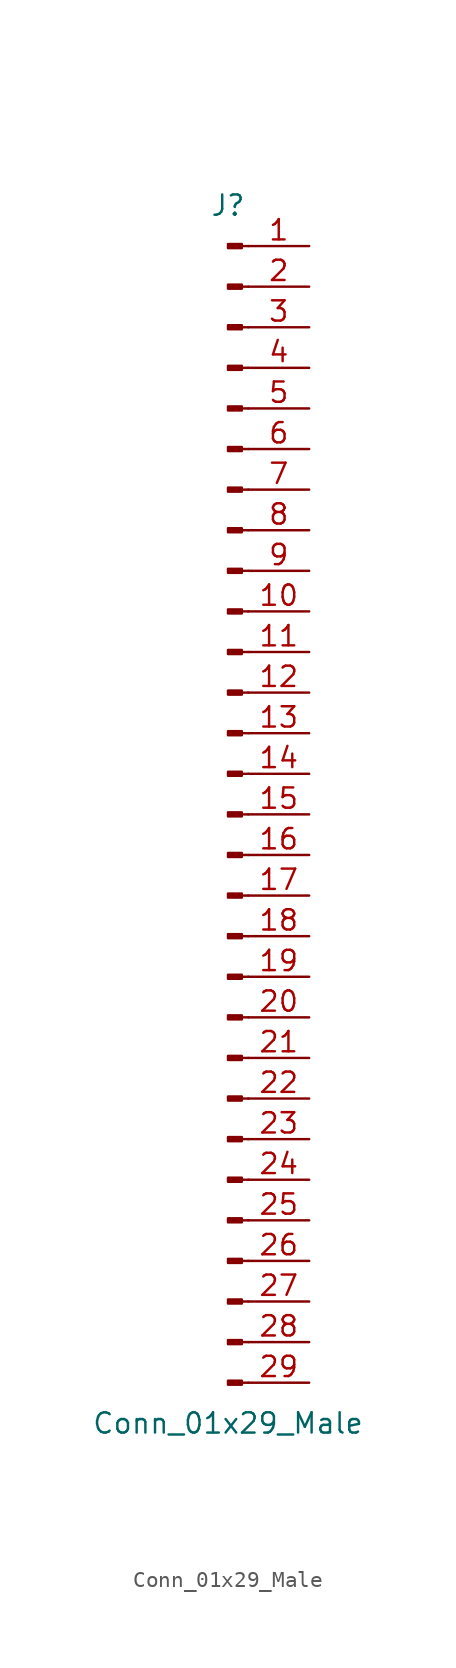
<source format=kicad_sym>
(kicad_symbol_lib
  (version 20211014)
  (generator kicad_symbol_editor)
  (symbol "Conn_01x29_Male"
    (pin_names
      (offset 1.016) hide)
    (property "Reference" "J"
      (at 0 38.1 0)
      (effects (font (size 1.27 1.27))))
    (property "Value" "Conn_01x29_Male"
      (at 0 -38.1 0)
      (effects (font (size 1.27 1.27))))
    (symbol "Conn_01x29_Male_1_1"
      (polyline (pts (xy 1.27 -35.56) (xy 0.864 -35.56)) (stroke (width 0.152) (type default) (color 0 0 0 0)) (fill (type none)))
      (polyline (pts (xy 1.27 -33.02) (xy 0.864 -33.02)) (stroke (width 0.152) (type default) (color 0 0 0 0)) (fill (type none)))
      (polyline (pts (xy 1.27 -30.48) (xy 0.864 -30.48)) (stroke (width 0.152) (type default) (color 0 0 0 0)) (fill (type none)))
      (polyline (pts (xy 1.27 -27.94) (xy 0.864 -27.94)) (stroke (width 0.152) (type default) (color 0 0 0 0)) (fill (type none)))
      (polyline (pts (xy 1.27 -25.4) (xy 0.864 -25.4)) (stroke (width 0.152) (type default) (color 0 0 0 0)) (fill (type none)))
      (polyline (pts (xy 1.27 -22.86) (xy 0.864 -22.86)) (stroke (width 0.152) (type default) (color 0 0 0 0)) (fill (type none)))
      (polyline (pts (xy 1.27 -20.32) (xy 0.864 -20.32)) (stroke (width 0.152) (type default) (color 0 0 0 0)) (fill (type none)))
      (polyline (pts (xy 1.27 -17.78) (xy 0.864 -17.78)) (stroke (width 0.152) (type default) (color 0 0 0 0)) (fill (type none)))
      (polyline (pts (xy 1.27 -15.24) (xy 0.864 -15.24)) (stroke (width 0.152) (type default) (color 0 0 0 0)) (fill (type none)))
      (polyline (pts (xy 1.27 -12.7) (xy 0.864 -12.7)) (stroke (width 0.152) (type default) (color 0 0 0 0)) (fill (type none)))
      (polyline (pts (xy 1.27 -10.16) (xy 0.864 -10.16)) (stroke (width 0.152) (type default) (color 0 0 0 0)) (fill (type none)))
      (polyline (pts (xy 1.27 -7.62) (xy 0.864 -7.62)) (stroke (width 0.152) (type default) (color 0 0 0 0)) (fill (type none)))
      (polyline (pts (xy 1.27 -5.08) (xy 0.864 -5.08)) (stroke (width 0.152) (type default) (color 0 0 0 0)) (fill (type none)))
      (polyline (pts (xy 1.27 -2.54) (xy 0.864 -2.54)) (stroke (width 0.152) (type default) (color 0 0 0 0)) (fill (type none)))
      (polyline (pts (xy 1.27 0) (xy 0.864 0)) (stroke (width 0.152) (type default) (color 0 0 0 0)) (fill (type none)))
      (polyline (pts (xy 1.27 2.54) (xy 0.864 2.54)) (stroke (width 0.152) (type default) (color 0 0 0 0)) (fill (type none)))
      (polyline (pts (xy 1.27 5.08) (xy 0.864 5.08)) (stroke (width 0.152) (type default) (color 0 0 0 0)) (fill (type none)))
      (polyline (pts (xy 1.27 7.62) (xy 0.864 7.62)) (stroke (width 0.152) (type default) (color 0 0 0 0)) (fill (type none)))
      (polyline (pts (xy 1.27 10.16) (xy 0.864 10.16)) (stroke (width 0.152) (type default) (color 0 0 0 0)) (fill (type none)))
      (polyline (pts (xy 1.27 12.7) (xy 0.864 12.7)) (stroke (width 0.152) (type default) (color 0 0 0 0)) (fill (type none)))
      (polyline (pts (xy 1.27 15.24) (xy 0.864 15.24)) (stroke (width 0.152) (type default) (color 0 0 0 0)) (fill (type none)))
      (polyline (pts (xy 1.27 17.78) (xy 0.864 17.78)) (stroke (width 0.152) (type default) (color 0 0 0 0)) (fill (type none)))
      (polyline (pts (xy 1.27 20.32) (xy 0.864 20.32)) (stroke (width 0.152) (type default) (color 0 0 0 0)) (fill (type none)))
      (polyline (pts (xy 1.27 22.86) (xy 0.864 22.86)) (stroke (width 0.152) (type default) (color 0 0 0 0)) (fill (type none)))
      (polyline (pts (xy 1.27 25.4) (xy 0.864 25.4)) (stroke (width 0.152) (type default) (color 0 0 0 0)) (fill (type none)))
      (polyline (pts (xy 1.27 27.94) (xy 0.864 27.94)) (stroke (width 0.152) (type default) (color 0 0 0 0)) (fill (type none)))
      (polyline (pts (xy 1.27 30.48) (xy 0.864 30.48)) (stroke (width 0.152) (type default) (color 0 0 0 0)) (fill (type none)))
      (polyline (pts (xy 1.27 33.02) (xy 0.864 33.02)) (stroke (width 0.152) (type default) (color 0 0 0 0)) (fill (type none)))
      (polyline (pts (xy 1.27 35.56) (xy 0.864 35.56)) (stroke (width 0.152) (type default) (color 0 0 0 0)) (fill (type none)))
      (rectangle (start 0.864 -35.433) (end 0 -35.687) (stroke (width 0.152) (type default) (color 0 0 0 0)) (fill (type outline)))
      (rectangle (start 0.864 -32.893) (end 0 -33.147) (stroke (width 0.152) (type default) (color 0 0 0 0)) (fill (type outline)))
      (rectangle (start 0.864 -30.353) (end 0 -30.607) (stroke (width 0.152) (type default) (color 0 0 0 0)) (fill (type outline)))
      (rectangle (start 0.864 -27.813) (end 0 -28.067) (stroke (width 0.152) (type default) (color 0 0 0 0)) (fill (type outline)))
      (rectangle (start 0.864 -25.273) (end 0 -25.527) (stroke (width 0.152) (type default) (color 0 0 0 0)) (fill (type outline)))
      (rectangle (start 0.864 -22.733) (end 0 -22.987) (stroke (width 0.152) (type default) (color 0 0 0 0)) (fill (type outline)))
      (rectangle (start 0.864 -20.193) (end 0 -20.447) (stroke (width 0.152) (type default) (color 0 0 0 0)) (fill (type outline)))
      (rectangle (start 0.864 -17.653) (end 0 -17.907) (stroke (width 0.152) (type default) (color 0 0 0 0)) (fill (type outline)))
      (rectangle (start 0.864 -15.113) (end 0 -15.367) (stroke (width 0.152) (type default) (color 0 0 0 0)) (fill (type outline)))
      (rectangle (start 0.864 -12.573) (end 0 -12.827) (stroke (width 0.152) (type default) (color 0 0 0 0)) (fill (type outline)))
      (rectangle (start 0.864 -10.033) (end 0 -10.287) (stroke (width 0.152) (type default) (color 0 0 0 0)) (fill (type outline)))
      (rectangle (start 0.864 -7.493) (end 0 -7.747) (stroke (width 0.152) (type default) (color 0 0 0 0)) (fill (type outline)))
      (rectangle (start 0.864 -4.953) (end 0 -5.207) (stroke (width 0.152) (type default) (color 0 0 0 0)) (fill (type outline)))
      (rectangle (start 0.864 -2.413) (end 0 -2.667) (stroke (width 0.152) (type default) (color 0 0 0 0)) (fill (type outline)))
      (rectangle (start 0.864 0.127) (end 0 -0.127) (stroke (width 0.152) (type default) (color 0 0 0 0)) (fill (type outline)))
      (rectangle (start 0.864 2.667) (end 0 2.413) (stroke (width 0.152) (type default) (color 0 0 0 0)) (fill (type outline)))
      (rectangle (start 0.864 5.207) (end 0 4.953) (stroke (width 0.152) (type default) (color 0 0 0 0)) (fill (type outline)))
      (rectangle (start 0.864 7.747) (end 0 7.493) (stroke (width 0.152) (type default) (color 0 0 0 0)) (fill (type outline)))
      (rectangle (start 0.864 10.287) (end 0 10.033) (stroke (width 0.152) (type default) (color 0 0 0 0)) (fill (type outline)))
      (rectangle (start 0.864 12.827) (end 0 12.573) (stroke (width 0.152) (type default) (color 0 0 0 0)) (fill (type outline)))
      (rectangle (start 0.864 15.367) (end 0 15.113) (stroke (width 0.152) (type default) (color 0 0 0 0)) (fill (type outline)))
      (rectangle (start 0.864 17.907) (end 0 17.653) (stroke (width 0.152) (type default) (color 0 0 0 0)) (fill (type outline)))
      (rectangle (start 0.864 20.447) (end 0 20.193) (stroke (width 0.152) (type default) (color 0 0 0 0)) (fill (type outline)))
      (rectangle (start 0.864 22.987) (end 0 22.733) (stroke (width 0.152) (type default) (color 0 0 0 0)) (fill (type outline)))
      (rectangle (start 0.864 25.527) (end 0 25.273) (stroke (width 0.152) (type default) (color 0 0 0 0)) (fill (type outline)))
      (rectangle (start 0.864 28.067) (end 0 27.813) (stroke (width 0.152) (type default) (color 0 0 0 0)) (fill (type outline)))
      (rectangle (start 0.864 30.607) (end 0 30.353) (stroke (width 0.152) (type default) (color 0 0 0 0)) (fill (type outline)))
      (rectangle (start 0.864 33.147) (end 0 32.893) (stroke (width 0.152) (type default) (color 0 0 0 0)) (fill (type outline)))
      (rectangle (start 0.864 35.687) (end 0 35.433) (stroke (width 0.152) (type default) (color 0 0 0 0)) (fill (type outline)))
      (pin passive line (at 5.08 35.56 180) (length 3.81) (name "Pin_1" (effects (font (size 1.27 1.27)))) (number "1" (effects (font (size 1.27 1.27)))))
      (pin passive line (at 5.08 12.7 180) (length 3.81) (name "Pin_10" (effects (font (size 1.27 1.27)))) (number "10" (effects (font (size 1.27 1.27)))))
      (pin passive line (at 5.08 10.16 180) (length 3.81) (name "Pin_11" (effects (font (size 1.27 1.27)))) (number "11" (effects (font (size 1.27 1.27)))))
      (pin passive line (at 5.08 7.62 180) (length 3.81) (name "Pin_12" (effects (font (size 1.27 1.27)))) (number "12" (effects (font (size 1.27 1.27)))))
      (pin passive line (at 5.08 5.08 180) (length 3.81) (name "Pin_13" (effects (font (size 1.27 1.27)))) (number "13" (effects (font (size 1.27 1.27)))))
      (pin passive line (at 5.08 2.54 180) (length 3.81) (name "Pin_14" (effects (font (size 1.27 1.27)))) (number "14" (effects (font (size 1.27 1.27)))))
      (pin passive line (at 5.08 0 180) (length 3.81) (name "Pin_15" (effects (font (size 1.27 1.27)))) (number "15" (effects (font (size 1.27 1.27)))))
      (pin passive line (at 5.08 -2.54 180) (length 3.81) (name "Pin_16" (effects (font (size 1.27 1.27)))) (number "16" (effects (font (size 1.27 1.27)))))
      (pin passive line (at 5.08 -5.08 180) (length 3.81) (name "Pin_17" (effects (font (size 1.27 1.27)))) (number "17" (effects (font (size 1.27 1.27)))))
      (pin passive line (at 5.08 -7.62 180) (length 3.81) (name "Pin_18" (effects (font (size 1.27 1.27)))) (number "18" (effects (font (size 1.27 1.27)))))
      (pin passive line (at 5.08 -10.16 180) (length 3.81) (name "Pin_19" (effects (font (size 1.27 1.27)))) (number "19" (effects (font (size 1.27 1.27)))))
      (pin passive line (at 5.08 33.02 180) (length 3.81) (name "Pin_2" (effects (font (size 1.27 1.27)))) (number "2" (effects (font (size 1.27 1.27)))))
      (pin passive line (at 5.08 -12.7 180) (length 3.81) (name "Pin_20" (effects (font (size 1.27 1.27)))) (number "20" (effects (font (size 1.27 1.27)))))
      (pin passive line (at 5.08 -15.24 180) (length 3.81) (name "Pin_21" (effects (font (size 1.27 1.27)))) (number "21" (effects (font (size 1.27 1.27)))))
      (pin passive line (at 5.08 -17.78 180) (length 3.81) (name "Pin_22" (effects (font (size 1.27 1.27)))) (number "22" (effects (font (size 1.27 1.27)))))
      (pin passive line (at 5.08 -20.32 180) (length 3.81) (name "Pin_23" (effects (font (size 1.27 1.27)))) (number "23" (effects (font (size 1.27 1.27)))))
      (pin passive line (at 5.08 -22.86 180) (length 3.81) (name "Pin_24" (effects (font (size 1.27 1.27)))) (number "24" (effects (font (size 1.27 1.27)))))
      (pin passive line (at 5.08 -25.4 180) (length 3.81) (name "Pin_25" (effects (font (size 1.27 1.27)))) (number "25" (effects (font (size 1.27 1.27)))))
      (pin passive line (at 5.08 -27.94 180) (length 3.81) (name "Pin_26" (effects (font (size 1.27 1.27)))) (number "26" (effects (font (size 1.27 1.27)))))
      (pin passive line (at 5.08 -30.48 180) (length 3.81) (name "Pin_27" (effects (font (size 1.27 1.27)))) (number "27" (effects (font (size 1.27 1.27)))))
      (pin passive line (at 5.08 -33.02 180) (length 3.81) (name "Pin_28" (effects (font (size 1.27 1.27)))) (number "28" (effects (font (size 1.27 1.27)))))
      (pin passive line (at 5.08 -35.56 180) (length 3.81) (name "Pin_29" (effects (font (size 1.27 1.27)))) (number "29" (effects (font (size 1.27 1.27)))))
      (pin passive line (at 5.08 30.48 180) (length 3.81) (name "Pin_3" (effects (font (size 1.27 1.27)))) (number "3" (effects (font (size 1.27 1.27)))))
      (pin passive line (at 5.08 27.94 180) (length 3.81) (name "Pin_4" (effects (font (size 1.27 1.27)))) (number "4" (effects (font (size 1.27 1.27)))))
      (pin passive line (at 5.08 25.4 180) (length 3.81) (name "Pin_5" (effects (font (size 1.27 1.27)))) (number "5" (effects (font (size 1.27 1.27)))))
      (pin passive line (at 5.08 22.86 180) (length 3.81) (name "Pin_6" (effects (font (size 1.27 1.27)))) (number "6" (effects (font (size 1.27 1.27)))))
      (pin passive line (at 5.08 20.32 180) (length 3.81) (name "Pin_7" (effects (font (size 1.27 1.27)))) (number "7" (effects (font (size 1.27 1.27)))))
      (pin passive line (at 5.08 17.78 180) (length 3.81) (name "Pin_8" (effects (font (size 1.27 1.27)))) (number "8" (effects (font (size 1.27 1.27)))))
      (pin passive line (at 5.08 15.24 180) (length 3.81) (name "Pin_9" (effects (font (size 1.27 1.27)))) (number "9" (effects (font (size 1.27 1.27))))))))
</source>
